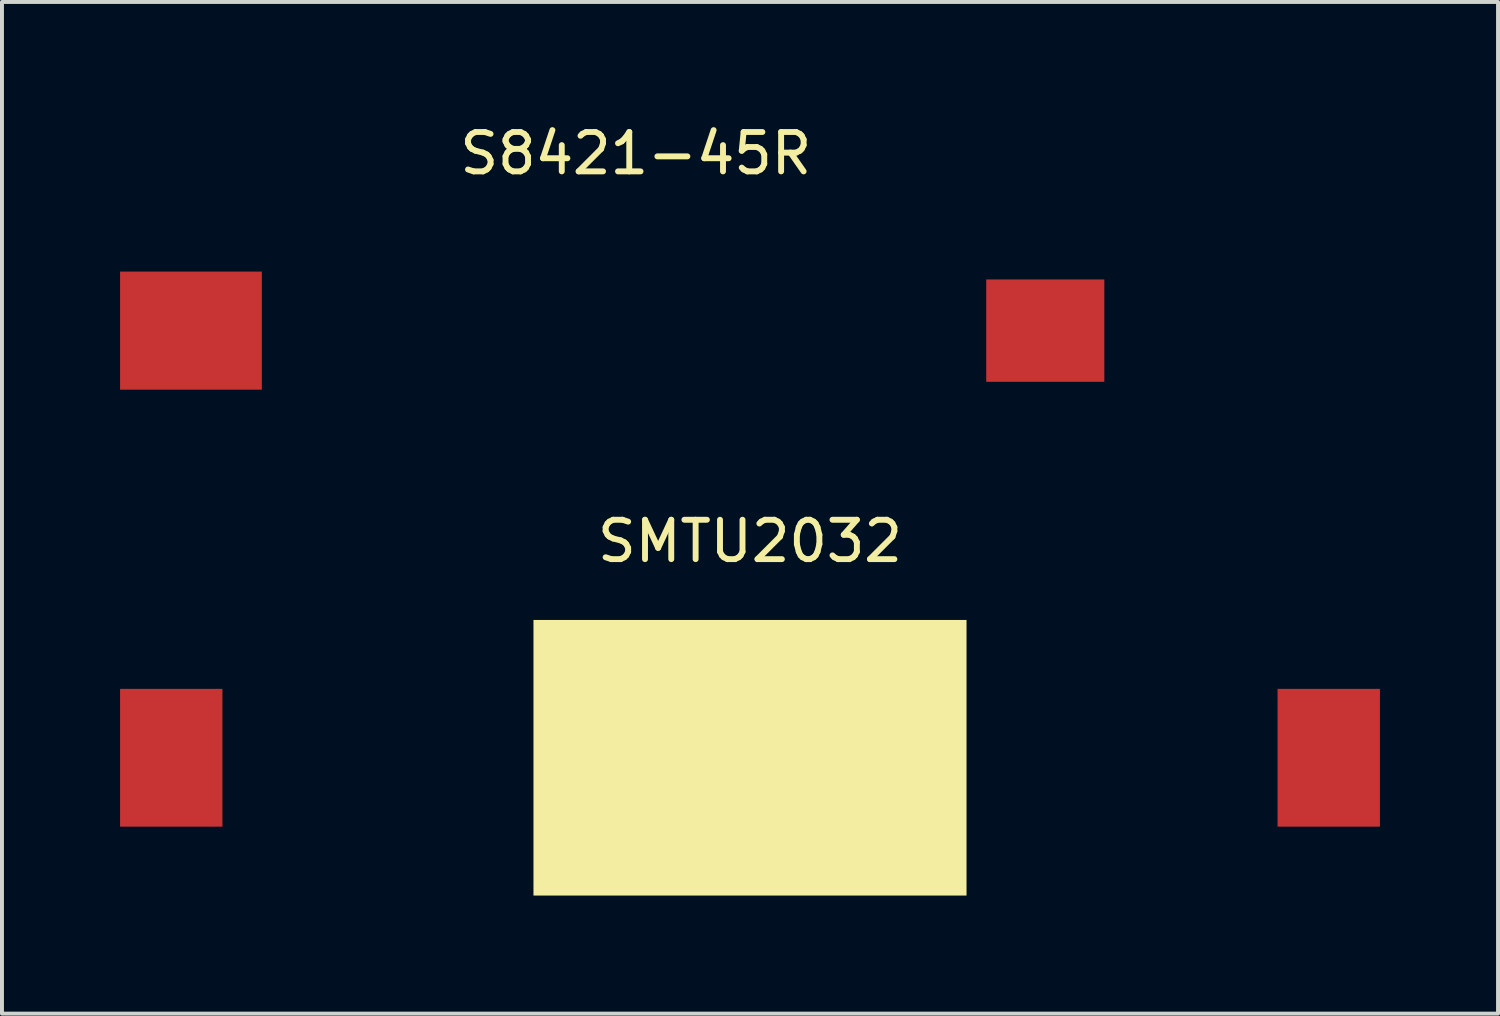
<source format=kicad_pcb>
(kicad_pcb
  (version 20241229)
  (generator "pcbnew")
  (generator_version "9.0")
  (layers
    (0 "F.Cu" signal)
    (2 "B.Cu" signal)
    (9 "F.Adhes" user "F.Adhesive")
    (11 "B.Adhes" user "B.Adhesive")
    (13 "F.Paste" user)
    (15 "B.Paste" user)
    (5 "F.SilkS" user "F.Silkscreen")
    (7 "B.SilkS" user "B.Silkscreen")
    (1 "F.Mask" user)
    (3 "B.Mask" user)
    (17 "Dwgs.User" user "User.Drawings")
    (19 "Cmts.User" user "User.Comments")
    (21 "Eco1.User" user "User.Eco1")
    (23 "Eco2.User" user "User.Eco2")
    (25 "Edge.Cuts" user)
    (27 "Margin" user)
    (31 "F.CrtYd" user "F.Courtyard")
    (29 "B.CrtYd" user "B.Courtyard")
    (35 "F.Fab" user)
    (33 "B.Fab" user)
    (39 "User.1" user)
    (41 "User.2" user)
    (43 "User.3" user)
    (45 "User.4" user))
  (footprint "S8421-45R"
    (layer "F.Cu")
    (at 13.1 5.348)
    (property "Reference" "S8421-45R" (at 0 -4.5 0) (layer "F.SilkS") (effects (font (size 1 1) (thickness 0.15))))
    (attr through_hole)
    (pad "1" smd rect (at 10.4 0) (size 3 2.6) (layers "F.Cu" "F.Mask" "F.Paste"))
    (pad "2" smd rect (at -11.3 0) (size 3.6 3) (layers "F.Cu" "F.Mask" "F.Paste")))
  (footprint "SMTU2032"
    (layer "F.Cu")
    (at 16 16.197)
    (property "Reference" "SMTU2032" (at 0 -5.5 0) (layer "F.SilkS") (effects (font (size 1 1) (thickness 0.15))))
    (attr through_hole)
    (pad "" smd rect (at 0 0) (size 11 7) (layers "F.SilkS"))
    (pad "1" smd rect (at 14.7 0) (size 2.6 3.5) (layers "F.Cu" "F.Mask" "F.Paste"))
    (pad "2" smd rect (at -14.7 0) (size 2.6 3.5) (layers "F.Cu" "F.Mask" "F.Paste")))
  (gr_rect
    (start -3 -3)
    (end 35 22.697)
    (stroke (width 0.1) (type default))
    (fill no)
    (layer "Edge.Cuts")))
</source>
